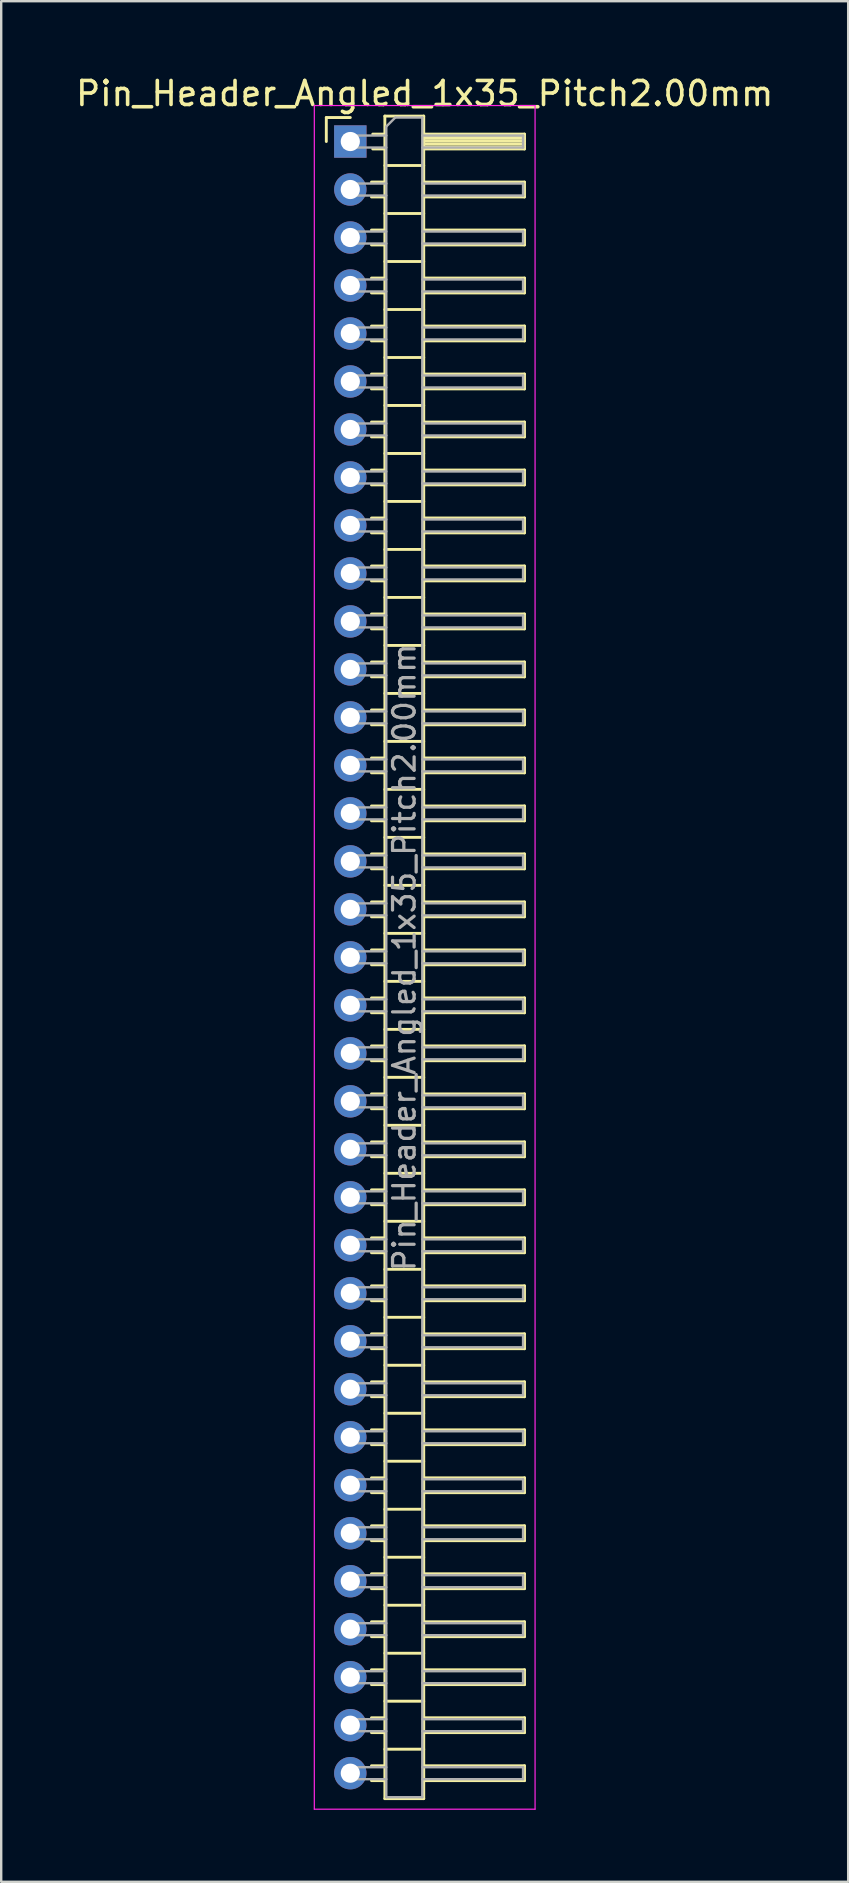
<source format=kicad_pcb>
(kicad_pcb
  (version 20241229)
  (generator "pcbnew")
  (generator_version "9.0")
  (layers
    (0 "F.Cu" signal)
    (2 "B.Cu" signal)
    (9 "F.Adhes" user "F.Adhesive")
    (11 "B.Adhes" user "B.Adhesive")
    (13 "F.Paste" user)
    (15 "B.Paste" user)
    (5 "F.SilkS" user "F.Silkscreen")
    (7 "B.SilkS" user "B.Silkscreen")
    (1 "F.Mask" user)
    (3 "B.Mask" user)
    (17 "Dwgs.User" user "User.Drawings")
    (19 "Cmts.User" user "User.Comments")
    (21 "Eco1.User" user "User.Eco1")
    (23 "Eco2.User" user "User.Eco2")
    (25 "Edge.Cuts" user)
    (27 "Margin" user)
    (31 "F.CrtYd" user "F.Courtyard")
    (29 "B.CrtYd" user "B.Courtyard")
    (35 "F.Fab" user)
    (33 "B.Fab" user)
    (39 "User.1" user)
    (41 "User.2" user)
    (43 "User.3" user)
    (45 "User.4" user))
  (footprint "Pin_Header_Angled_1x35_Pitch2.00mm"
    (layer "F.Cu")
    (at 11.549 2.848)
    (property "Reference" "Pin_Header_Angled_1x35_Pitch2.00mm" (at 3.1 -2 0) (layer "F.SilkS") (effects (font (size 1 1) (thickness 0.15))))
    (attr through_hole)
    (fp_line (start -1 -1) (end 0 -1) (stroke (width 0.12) (type solid)) (layer "F.SilkS"))
    (fp_line (start -1 0) (end -1 -1) (stroke (width 0.12) (type solid)) (layer "F.SilkS"))
    (fp_line (start 0.882 1.69) (end 1.44 1.69) (stroke (width 0.12) (type solid)) (layer "F.SilkS"))
    (fp_line (start 0.882 2.31) (end 1.44 2.31) (stroke (width 0.12) (type solid)) (layer "F.SilkS"))
    (fp_line (start 0.882 3.69) (end 1.44 3.69) (stroke (width 0.12) (type solid)) (layer "F.SilkS"))
    (fp_line (start 0.882 4.31) (end 1.44 4.31) (stroke (width 0.12) (type solid)) (layer "F.SilkS"))
    (fp_line (start 0.882 5.69) (end 1.44 5.69) (stroke (width 0.12) (type solid)) (layer "F.SilkS"))
    (fp_line (start 0.882 6.31) (end 1.44 6.31) (stroke (width 0.12) (type solid)) (layer "F.SilkS"))
    (fp_line (start 0.882 7.69) (end 1.44 7.69) (stroke (width 0.12) (type solid)) (layer "F.SilkS"))
    (fp_line (start 0.882 8.31) (end 1.44 8.31) (stroke (width 0.12) (type solid)) (layer "F.SilkS"))
    (fp_line (start 0.882 9.69) (end 1.44 9.69) (stroke (width 0.12) (type solid)) (layer "F.SilkS"))
    (fp_line (start 0.882 10.31) (end 1.44 10.31) (stroke (width 0.12) (type solid)) (layer "F.SilkS"))
    (fp_line (start 0.882 11.69) (end 1.44 11.69) (stroke (width 0.12) (type solid)) (layer "F.SilkS"))
    (fp_line (start 0.882 12.31) (end 1.44 12.31) (stroke (width 0.12) (type solid)) (layer "F.SilkS"))
    (fp_line (start 0.882 13.69) (end 1.44 13.69) (stroke (width 0.12) (type solid)) (layer "F.SilkS"))
    (fp_line (start 0.882 14.31) (end 1.44 14.31) (stroke (width 0.12) (type solid)) (layer "F.SilkS"))
    (fp_line (start 0.882 15.69) (end 1.44 15.69) (stroke (width 0.12) (type solid)) (layer "F.SilkS"))
    (fp_line (start 0.882 16.31) (end 1.44 16.31) (stroke (width 0.12) (type solid)) (layer "F.SilkS"))
    (fp_line (start 0.882 17.69) (end 1.44 17.69) (stroke (width 0.12) (type solid)) (layer "F.SilkS"))
    (fp_line (start 0.882 18.31) (end 1.44 18.31) (stroke (width 0.12) (type solid)) (layer "F.SilkS"))
    (fp_line (start 0.882 19.69) (end 1.44 19.69) (stroke (width 0.12) (type solid)) (layer "F.SilkS"))
    (fp_line (start 0.882 20.31) (end 1.44 20.31) (stroke (width 0.12) (type solid)) (layer "F.SilkS"))
    (fp_line (start 0.882 21.69) (end 1.44 21.69) (stroke (width 0.12) (type solid)) (layer "F.SilkS"))
    (fp_line (start 0.882 22.31) (end 1.44 22.31) (stroke (width 0.12) (type solid)) (layer "F.SilkS"))
    (fp_line (start 0.882 23.69) (end 1.44 23.69) (stroke (width 0.12) (type solid)) (layer "F.SilkS"))
    (fp_line (start 0.882 24.31) (end 1.44 24.31) (stroke (width 0.12) (type solid)) (layer "F.SilkS"))
    (fp_line (start 0.882 25.69) (end 1.44 25.69) (stroke (width 0.12) (type solid)) (layer "F.SilkS"))
    (fp_line (start 0.882 26.31) (end 1.44 26.31) (stroke (width 0.12) (type solid)) (layer "F.SilkS"))
    (fp_line (start 0.882 27.69) (end 1.44 27.69) (stroke (width 0.12) (type solid)) (layer "F.SilkS"))
    (fp_line (start 0.882 28.31) (end 1.44 28.31) (stroke (width 0.12) (type solid)) (layer "F.SilkS"))
    (fp_line (start 0.882 29.69) (end 1.44 29.69) (stroke (width 0.12) (type solid)) (layer "F.SilkS"))
    (fp_line (start 0.882 30.31) (end 1.44 30.31) (stroke (width 0.12) (type solid)) (layer "F.SilkS"))
    (fp_line (start 0.882 31.69) (end 1.44 31.69) (stroke (width 0.12) (type solid)) (layer "F.SilkS"))
    (fp_line (start 0.882 32.31) (end 1.44 32.31) (stroke (width 0.12) (type solid)) (layer "F.SilkS"))
    (fp_line (start 0.882 33.69) (end 1.44 33.69) (stroke (width 0.12) (type solid)) (layer "F.SilkS"))
    (fp_line (start 0.882 34.31) (end 1.44 34.31) (stroke (width 0.12) (type solid)) (layer "F.SilkS"))
    (fp_line (start 0.882 35.69) (end 1.44 35.69) (stroke (width 0.12) (type solid)) (layer "F.SilkS"))
    (fp_line (start 0.882 36.31) (end 1.44 36.31) (stroke (width 0.12) (type solid)) (layer "F.SilkS"))
    (fp_line (start 0.882 37.69) (end 1.44 37.69) (stroke (width 0.12) (type solid)) (layer "F.SilkS"))
    (fp_line (start 0.882 38.31) (end 1.44 38.31) (stroke (width 0.12) (type solid)) (layer "F.SilkS"))
    (fp_line (start 0.882 39.69) (end 1.44 39.69) (stroke (width 0.12) (type solid)) (layer "F.SilkS"))
    (fp_line (start 0.882 40.31) (end 1.44 40.31) (stroke (width 0.12) (type solid)) (layer "F.SilkS"))
    (fp_line (start 0.882 41.69) (end 1.44 41.69) (stroke (width 0.12) (type solid)) (layer "F.SilkS"))
    (fp_line (start 0.882 42.31) (end 1.44 42.31) (stroke (width 0.12) (type solid)) (layer "F.SilkS"))
    (fp_line (start 0.882 43.69) (end 1.44 43.69) (stroke (width 0.12) (type solid)) (layer "F.SilkS"))
    (fp_line (start 0.882 44.31) (end 1.44 44.31) (stroke (width 0.12) (type solid)) (layer "F.SilkS"))
    (fp_line (start 0.882 45.69) (end 1.44 45.69) (stroke (width 0.12) (type solid)) (layer "F.SilkS"))
    (fp_line (start 0.882 46.31) (end 1.44 46.31) (stroke (width 0.12) (type solid)) (layer "F.SilkS"))
    (fp_line (start 0.882 47.69) (end 1.44 47.69) (stroke (width 0.12) (type solid)) (layer "F.SilkS"))
    (fp_line (start 0.882 48.31) (end 1.44 48.31) (stroke (width 0.12) (type solid)) (layer "F.SilkS"))
    (fp_line (start 0.882 49.69) (end 1.44 49.69) (stroke (width 0.12) (type solid)) (layer "F.SilkS"))
    (fp_line (start 0.882 50.31) (end 1.44 50.31) (stroke (width 0.12) (type solid)) (layer "F.SilkS"))
    (fp_line (start 0.882 51.69) (end 1.44 51.69) (stroke (width 0.12) (type solid)) (layer "F.SilkS"))
    (fp_line (start 0.882 52.31) (end 1.44 52.31) (stroke (width 0.12) (type solid)) (layer "F.SilkS"))
    (fp_line (start 0.882 53.69) (end 1.44 53.69) (stroke (width 0.12) (type solid)) (layer "F.SilkS"))
    (fp_line (start 0.882 54.31) (end 1.44 54.31) (stroke (width 0.12) (type solid)) (layer "F.SilkS"))
    (fp_line (start 0.882 55.69) (end 1.44 55.69) (stroke (width 0.12) (type solid)) (layer "F.SilkS"))
    (fp_line (start 0.882 56.31) (end 1.44 56.31) (stroke (width 0.12) (type solid)) (layer "F.SilkS"))
    (fp_line (start 0.882 57.69) (end 1.44 57.69) (stroke (width 0.12) (type solid)) (layer "F.SilkS"))
    (fp_line (start 0.882 58.31) (end 1.44 58.31) (stroke (width 0.12) (type solid)) (layer "F.SilkS"))
    (fp_line (start 0.882 59.69) (end 1.44 59.69) (stroke (width 0.12) (type solid)) (layer "F.SilkS"))
    (fp_line (start 0.882 60.31) (end 1.44 60.31) (stroke (width 0.12) (type solid)) (layer "F.SilkS"))
    (fp_line (start 0.882 61.69) (end 1.44 61.69) (stroke (width 0.12) (type solid)) (layer "F.SilkS"))
    (fp_line (start 0.882 62.31) (end 1.44 62.31) (stroke (width 0.12) (type solid)) (layer "F.SilkS"))
    (fp_line (start 0.882 63.69) (end 1.44 63.69) (stroke (width 0.12) (type solid)) (layer "F.SilkS"))
    (fp_line (start 0.882 64.31) (end 1.44 64.31) (stroke (width 0.12) (type solid)) (layer "F.SilkS"))
    (fp_line (start 0.882 65.69) (end 1.44 65.69) (stroke (width 0.12) (type solid)) (layer "F.SilkS"))
    (fp_line (start 0.882 66.31) (end 1.44 66.31) (stroke (width 0.12) (type solid)) (layer "F.SilkS"))
    (fp_line (start 0.882 67.69) (end 1.44 67.69) (stroke (width 0.12) (type solid)) (layer "F.SilkS"))
    (fp_line (start 0.882 68.31) (end 1.44 68.31) (stroke (width 0.12) (type solid)) (layer "F.SilkS"))
    (fp_line (start 0.935 -0.31) (end 1.44 -0.31) (stroke (width 0.12) (type solid)) (layer "F.SilkS"))
    (fp_line (start 0.935 0.31) (end 1.44 0.31) (stroke (width 0.12) (type solid)) (layer "F.SilkS"))
    (fp_line (start 1.44 -1.06) (end 1.44 69.06) (stroke (width 0.12) (type solid)) (layer "F.SilkS"))
    (fp_line (start 1.44 1) (end 3.06 1) (stroke (width 0.12) (type solid)) (layer "F.SilkS"))
    (fp_line (start 1.44 3) (end 3.06 3) (stroke (width 0.12) (type solid)) (layer "F.SilkS"))
    (fp_line (start 1.44 5) (end 3.06 5) (stroke (width 0.12) (type solid)) (layer "F.SilkS"))
    (fp_line (start 1.44 7) (end 3.06 7) (stroke (width 0.12) (type solid)) (layer "F.SilkS"))
    (fp_line (start 1.44 9) (end 3.06 9) (stroke (width 0.12) (type solid)) (layer "F.SilkS"))
    (fp_line (start 1.44 11) (end 3.06 11) (stroke (width 0.12) (type solid)) (layer "F.SilkS"))
    (fp_line (start 1.44 13) (end 3.06 13) (stroke (width 0.12) (type solid)) (layer "F.SilkS"))
    (fp_line (start 1.44 15) (end 3.06 15) (stroke (width 0.12) (type solid)) (layer "F.SilkS"))
    (fp_line (start 1.44 17) (end 3.06 17) (stroke (width 0.12) (type solid)) (layer "F.SilkS"))
    (fp_line (start 1.44 19) (end 3.06 19) (stroke (width 0.12) (type solid)) (layer "F.SilkS"))
    (fp_line (start 1.44 21) (end 3.06 21) (stroke (width 0.12) (type solid)) (layer "F.SilkS"))
    (fp_line (start 1.44 23) (end 3.06 23) (stroke (width 0.12) (type solid)) (layer "F.SilkS"))
    (fp_line (start 1.44 25) (end 3.06 25) (stroke (width 0.12) (type solid)) (layer "F.SilkS"))
    (fp_line (start 1.44 27) (end 3.06 27) (stroke (width 0.12) (type solid)) (layer "F.SilkS"))
    (fp_line (start 1.44 29) (end 3.06 29) (stroke (width 0.12) (type solid)) (layer "F.SilkS"))
    (fp_line (start 1.44 31) (end 3.06 31) (stroke (width 0.12) (type solid)) (layer "F.SilkS"))
    (fp_line (start 1.44 33) (end 3.06 33) (stroke (width 0.12) (type solid)) (layer "F.SilkS"))
    (fp_line (start 1.44 35) (end 3.06 35) (stroke (width 0.12) (type solid)) (layer "F.SilkS"))
    (fp_line (start 1.44 37) (end 3.06 37) (stroke (width 0.12) (type solid)) (layer "F.SilkS"))
    (fp_line (start 1.44 39) (end 3.06 39) (stroke (width 0.12) (type solid)) (layer "F.SilkS"))
    (fp_line (start 1.44 41) (end 3.06 41) (stroke (width 0.12) (type solid)) (layer "F.SilkS"))
    (fp_line (start 1.44 43) (end 3.06 43) (stroke (width 0.12) (type solid)) (layer "F.SilkS"))
    (fp_line (start 1.44 45) (end 3.06 45) (stroke (width 0.12) (type solid)) (layer "F.SilkS"))
    (fp_line (start 1.44 47) (end 3.06 47) (stroke (width 0.12) (type solid)) (layer "F.SilkS"))
    (fp_line (start 1.44 49) (end 3.06 49) (stroke (width 0.12) (type solid)) (layer "F.SilkS"))
    (fp_line (start 1.44 51) (end 3.06 51) (stroke (width 0.12) (type solid)) (layer "F.SilkS"))
    (fp_line (start 1.44 53) (end 3.06 53) (stroke (width 0.12) (type solid)) (layer "F.SilkS"))
    (fp_line (start 1.44 55) (end 3.06 55) (stroke (width 0.12) (type solid)) (layer "F.SilkS"))
    (fp_line (start 1.44 57) (end 3.06 57) (stroke (width 0.12) (type solid)) (layer "F.SilkS"))
    (fp_line (start 1.44 59) (end 3.06 59) (stroke (width 0.12) (type solid)) (layer "F.SilkS"))
    (fp_line (start 1.44 61) (end 3.06 61) (stroke (width 0.12) (type solid)) (layer "F.SilkS"))
    (fp_line (start 1.44 63) (end 3.06 63) (stroke (width 0.12) (type solid)) (layer "F.SilkS"))
    (fp_line (start 1.44 65) (end 3.06 65) (stroke (width 0.12) (type solid)) (layer "F.SilkS"))
    (fp_line (start 1.44 67) (end 3.06 67) (stroke (width 0.12) (type solid)) (layer "F.SilkS"))
    (fp_line (start 1.44 69.06) (end 3.06 69.06) (stroke (width 0.12) (type solid)) (layer "F.SilkS"))
    (fp_line (start 3.06 -1.06) (end 1.44 -1.06) (stroke (width 0.12) (type solid)) (layer "F.SilkS"))
    (fp_line (start 3.06 -0.31) (end 7.26 -0.31) (stroke (width 0.12) (type solid)) (layer "F.SilkS"))
    (fp_line (start 3.06 -0.25) (end 7.26 -0.25) (stroke (width 0.12) (type solid)) (layer "F.SilkS"))
    (fp_line (start 3.06 -0.13) (end 7.26 -0.13) (stroke (width 0.12) (type solid)) (layer "F.SilkS"))
    (fp_line (start 3.06 -0.01) (end 7.26 -0.01) (stroke (width 0.12) (type solid)) (layer "F.SilkS"))
    (fp_line (start 3.06 0.11) (end 7.26 0.11) (stroke (width 0.12) (type solid)) (layer "F.SilkS"))
    (fp_line (start 3.06 0.23) (end 7.26 0.23) (stroke (width 0.12) (type solid)) (layer "F.SilkS"))
    (fp_line (start 3.06 1.69) (end 7.26 1.69) (stroke (width 0.12) (type solid)) (layer "F.SilkS"))
    (fp_line (start 3.06 3.69) (end 7.26 3.69) (stroke (width 0.12) (type solid)) (layer "F.SilkS"))
    (fp_line (start 3.06 5.69) (end 7.26 5.69) (stroke (width 0.12) (type solid)) (layer "F.SilkS"))
    (fp_line (start 3.06 7.69) (end 7.26 7.69) (stroke (width 0.12) (type solid)) (layer "F.SilkS"))
    (fp_line (start 3.06 9.69) (end 7.26 9.69) (stroke (width 0.12) (type solid)) (layer "F.SilkS"))
    (fp_line (start 3.06 11.69) (end 7.26 11.69) (stroke (width 0.12) (type solid)) (layer "F.SilkS"))
    (fp_line (start 3.06 13.69) (end 7.26 13.69) (stroke (width 0.12) (type solid)) (layer "F.SilkS"))
    (fp_line (start 3.06 15.69) (end 7.26 15.69) (stroke (width 0.12) (type solid)) (layer "F.SilkS"))
    (fp_line (start 3.06 17.69) (end 7.26 17.69) (stroke (width 0.12) (type solid)) (layer "F.SilkS"))
    (fp_line (start 3.06 19.69) (end 7.26 19.69) (stroke (width 0.12) (type solid)) (layer "F.SilkS"))
    (fp_line (start 3.06 21.69) (end 7.26 21.69) (stroke (width 0.12) (type solid)) (layer "F.SilkS"))
    (fp_line (start 3.06 23.69) (end 7.26 23.69) (stroke (width 0.12) (type solid)) (layer "F.SilkS"))
    (fp_line (start 3.06 25.69) (end 7.26 25.69) (stroke (width 0.12) (type solid)) (layer "F.SilkS"))
    (fp_line (start 3.06 27.69) (end 7.26 27.69) (stroke (width 0.12) (type solid)) (layer "F.SilkS"))
    (fp_line (start 3.06 29.69) (end 7.26 29.69) (stroke (width 0.12) (type solid)) (layer "F.SilkS"))
    (fp_line (start 3.06 31.69) (end 7.26 31.69) (stroke (width 0.12) (type solid)) (layer "F.SilkS"))
    (fp_line (start 3.06 33.69) (end 7.26 33.69) (stroke (width 0.12) (type solid)) (layer "F.SilkS"))
    (fp_line (start 3.06 35.69) (end 7.26 35.69) (stroke (width 0.12) (type solid)) (layer "F.SilkS"))
    (fp_line (start 3.06 37.69) (end 7.26 37.69) (stroke (width 0.12) (type solid)) (layer "F.SilkS"))
    (fp_line (start 3.06 39.69) (end 7.26 39.69) (stroke (width 0.12) (type solid)) (layer "F.SilkS"))
    (fp_line (start 3.06 41.69) (end 7.26 41.69) (stroke (width 0.12) (type solid)) (layer "F.SilkS"))
    (fp_line (start 3.06 43.69) (end 7.26 43.69) (stroke (width 0.12) (type solid)) (layer "F.SilkS"))
    (fp_line (start 3.06 45.69) (end 7.26 45.69) (stroke (width 0.12) (type solid)) (layer "F.SilkS"))
    (fp_line (start 3.06 47.69) (end 7.26 47.69) (stroke (width 0.12) (type solid)) (layer "F.SilkS"))
    (fp_line (start 3.06 49.69) (end 7.26 49.69) (stroke (width 0.12) (type solid)) (layer "F.SilkS"))
    (fp_line (start 3.06 51.69) (end 7.26 51.69) (stroke (width 0.12) (type solid)) (layer "F.SilkS"))
    (fp_line (start 3.06 53.69) (end 7.26 53.69) (stroke (width 0.12) (type solid)) (layer "F.SilkS"))
    (fp_line (start 3.06 55.69) (end 7.26 55.69) (stroke (width 0.12) (type solid)) (layer "F.SilkS"))
    (fp_line (start 3.06 57.69) (end 7.26 57.69) (stroke (width 0.12) (type solid)) (layer "F.SilkS"))
    (fp_line (start 3.06 59.69) (end 7.26 59.69) (stroke (width 0.12) (type solid)) (layer "F.SilkS"))
    (fp_line (start 3.06 61.69) (end 7.26 61.69) (stroke (width 0.12) (type solid)) (layer "F.SilkS"))
    (fp_line (start 3.06 63.69) (end 7.26 63.69) (stroke (width 0.12) (type solid)) (layer "F.SilkS"))
    (fp_line (start 3.06 65.69) (end 7.26 65.69) (stroke (width 0.12) (type solid)) (layer "F.SilkS"))
    (fp_line (start 3.06 67.69) (end 7.26 67.69) (stroke (width 0.12) (type solid)) (layer "F.SilkS"))
    (fp_line (start 3.06 69.06) (end 3.06 -1.06) (stroke (width 0.12) (type solid)) (layer "F.SilkS"))
    (fp_line (start 7.26 -0.31) (end 7.26 0.31) (stroke (width 0.12) (type solid)) (layer "F.SilkS"))
    (fp_line (start 7.26 0.31) (end 3.06 0.31) (stroke (width 0.12) (type solid)) (layer "F.SilkS"))
    (fp_line (start 7.26 1.69) (end 7.26 2.31) (stroke (width 0.12) (type solid)) (layer "F.SilkS"))
    (fp_line (start 7.26 2.31) (end 3.06 2.31) (stroke (width 0.12) (type solid)) (layer "F.SilkS"))
    (fp_line (start 7.26 3.69) (end 7.26 4.31) (stroke (width 0.12) (type solid)) (layer "F.SilkS"))
    (fp_line (start 7.26 4.31) (end 3.06 4.31) (stroke (width 0.12) (type solid)) (layer "F.SilkS"))
    (fp_line (start 7.26 5.69) (end 7.26 6.31) (stroke (width 0.12) (type solid)) (layer "F.SilkS"))
    (fp_line (start 7.26 6.31) (end 3.06 6.31) (stroke (width 0.12) (type solid)) (layer "F.SilkS"))
    (fp_line (start 7.26 7.69) (end 7.26 8.31) (stroke (width 0.12) (type solid)) (layer "F.SilkS"))
    (fp_line (start 7.26 8.31) (end 3.06 8.31) (stroke (width 0.12) (type solid)) (layer "F.SilkS"))
    (fp_line (start 7.26 9.69) (end 7.26 10.31) (stroke (width 0.12) (type solid)) (layer "F.SilkS"))
    (fp_line (start 7.26 10.31) (end 3.06 10.31) (stroke (width 0.12) (type solid)) (layer "F.SilkS"))
    (fp_line (start 7.26 11.69) (end 7.26 12.31) (stroke (width 0.12) (type solid)) (layer "F.SilkS"))
    (fp_line (start 7.26 12.31) (end 3.06 12.31) (stroke (width 0.12) (type solid)) (layer "F.SilkS"))
    (fp_line (start 7.26 13.69) (end 7.26 14.31) (stroke (width 0.12) (type solid)) (layer "F.SilkS"))
    (fp_line (start 7.26 14.31) (end 3.06 14.31) (stroke (width 0.12) (type solid)) (layer "F.SilkS"))
    (fp_line (start 7.26 15.69) (end 7.26 16.31) (stroke (width 0.12) (type solid)) (layer "F.SilkS"))
    (fp_line (start 7.26 16.31) (end 3.06 16.31) (stroke (width 0.12) (type solid)) (layer "F.SilkS"))
    (fp_line (start 7.26 17.69) (end 7.26 18.31) (stroke (width 0.12) (type solid)) (layer "F.SilkS"))
    (fp_line (start 7.26 18.31) (end 3.06 18.31) (stroke (width 0.12) (type solid)) (layer "F.SilkS"))
    (fp_line (start 7.26 19.69) (end 7.26 20.31) (stroke (width 0.12) (type solid)) (layer "F.SilkS"))
    (fp_line (start 7.26 20.31) (end 3.06 20.31) (stroke (width 0.12) (type solid)) (layer "F.SilkS"))
    (fp_line (start 7.26 21.69) (end 7.26 22.31) (stroke (width 0.12) (type solid)) (layer "F.SilkS"))
    (fp_line (start 7.26 22.31) (end 3.06 22.31) (stroke (width 0.12) (type solid)) (layer "F.SilkS"))
    (fp_line (start 7.26 23.69) (end 7.26 24.31) (stroke (width 0.12) (type solid)) (layer "F.SilkS"))
    (fp_line (start 7.26 24.31) (end 3.06 24.31) (stroke (width 0.12) (type solid)) (layer "F.SilkS"))
    (fp_line (start 7.26 25.69) (end 7.26 26.31) (stroke (width 0.12) (type solid)) (layer "F.SilkS"))
    (fp_line (start 7.26 26.31) (end 3.06 26.31) (stroke (width 0.12) (type solid)) (layer "F.SilkS"))
    (fp_line (start 7.26 27.69) (end 7.26 28.31) (stroke (width 0.12) (type solid)) (layer "F.SilkS"))
    (fp_line (start 7.26 28.31) (end 3.06 28.31) (stroke (width 0.12) (type solid)) (layer "F.SilkS"))
    (fp_line (start 7.26 29.69) (end 7.26 30.31) (stroke (width 0.12) (type solid)) (layer "F.SilkS"))
    (fp_line (start 7.26 30.31) (end 3.06 30.31) (stroke (width 0.12) (type solid)) (layer "F.SilkS"))
    (fp_line (start 7.26 31.69) (end 7.26 32.31) (stroke (width 0.12) (type solid)) (layer "F.SilkS"))
    (fp_line (start 7.26 32.31) (end 3.06 32.31) (stroke (width 0.12) (type solid)) (layer "F.SilkS"))
    (fp_line (start 7.26 33.69) (end 7.26 34.31) (stroke (width 0.12) (type solid)) (layer "F.SilkS"))
    (fp_line (start 7.26 34.31) (end 3.06 34.31) (stroke (width 0.12) (type solid)) (layer "F.SilkS"))
    (fp_line (start 7.26 35.69) (end 7.26 36.31) (stroke (width 0.12) (type solid)) (layer "F.SilkS"))
    (fp_line (start 7.26 36.31) (end 3.06 36.31) (stroke (width 0.12) (type solid)) (layer "F.SilkS"))
    (fp_line (start 7.26 37.69) (end 7.26 38.31) (stroke (width 0.12) (type solid)) (layer "F.SilkS"))
    (fp_line (start 7.26 38.31) (end 3.06 38.31) (stroke (width 0.12) (type solid)) (layer "F.SilkS"))
    (fp_line (start 7.26 39.69) (end 7.26 40.31) (stroke (width 0.12) (type solid)) (layer "F.SilkS"))
    (fp_line (start 7.26 40.31) (end 3.06 40.31) (stroke (width 0.12) (type solid)) (layer "F.SilkS"))
    (fp_line (start 7.26 41.69) (end 7.26 42.31) (stroke (width 0.12) (type solid)) (layer "F.SilkS"))
    (fp_line (start 7.26 42.31) (end 3.06 42.31) (stroke (width 0.12) (type solid)) (layer "F.SilkS"))
    (fp_line (start 7.26 43.69) (end 7.26 44.31) (stroke (width 0.12) (type solid)) (layer "F.SilkS"))
    (fp_line (start 7.26 44.31) (end 3.06 44.31) (stroke (width 0.12) (type solid)) (layer "F.SilkS"))
    (fp_line (start 7.26 45.69) (end 7.26 46.31) (stroke (width 0.12) (type solid)) (layer "F.SilkS"))
    (fp_line (start 7.26 46.31) (end 3.06 46.31) (stroke (width 0.12) (type solid)) (layer "F.SilkS"))
    (fp_line (start 7.26 47.69) (end 7.26 48.31) (stroke (width 0.12) (type solid)) (layer "F.SilkS"))
    (fp_line (start 7.26 48.31) (end 3.06 48.31) (stroke (width 0.12) (type solid)) (layer "F.SilkS"))
    (fp_line (start 7.26 49.69) (end 7.26 50.31) (stroke (width 0.12) (type solid)) (layer "F.SilkS"))
    (fp_line (start 7.26 50.31) (end 3.06 50.31) (stroke (width 0.12) (type solid)) (layer "F.SilkS"))
    (fp_line (start 7.26 51.69) (end 7.26 52.31) (stroke (width 0.12) (type solid)) (layer "F.SilkS"))
    (fp_line (start 7.26 52.31) (end 3.06 52.31) (stroke (width 0.12) (type solid)) (layer "F.SilkS"))
    (fp_line (start 7.26 53.69) (end 7.26 54.31) (stroke (width 0.12) (type solid)) (layer "F.SilkS"))
    (fp_line (start 7.26 54.31) (end 3.06 54.31) (stroke (width 0.12) (type solid)) (layer "F.SilkS"))
    (fp_line (start 7.26 55.69) (end 7.26 56.31) (stroke (width 0.12) (type solid)) (layer "F.SilkS"))
    (fp_line (start 7.26 56.31) (end 3.06 56.31) (stroke (width 0.12) (type solid)) (layer "F.SilkS"))
    (fp_line (start 7.26 57.69) (end 7.26 58.31) (stroke (width 0.12) (type solid)) (layer "F.SilkS"))
    (fp_line (start 7.26 58.31) (end 3.06 58.31) (stroke (width 0.12) (type solid)) (layer "F.SilkS"))
    (fp_line (start 7.26 59.69) (end 7.26 60.31) (stroke (width 0.12) (type solid)) (layer "F.SilkS"))
    (fp_line (start 7.26 60.31) (end 3.06 60.31) (stroke (width 0.12) (type solid)) (layer "F.SilkS"))
    (fp_line (start 7.26 61.69) (end 7.26 62.31) (stroke (width 0.12) (type solid)) (layer "F.SilkS"))
    (fp_line (start 7.26 62.31) (end 3.06 62.31) (stroke (width 0.12) (type solid)) (layer "F.SilkS"))
    (fp_line (start 7.26 63.69) (end 7.26 64.31) (stroke (width 0.12) (type solid)) (layer "F.SilkS"))
    (fp_line (start 7.26 64.31) (end 3.06 64.31) (stroke (width 0.12) (type solid)) (layer "F.SilkS"))
    (fp_line (start 7.26 65.69) (end 7.26 66.31) (stroke (width 0.12) (type solid)) (layer "F.SilkS"))
    (fp_line (start 7.26 66.31) (end 3.06 66.31) (stroke (width 0.12) (type solid)) (layer "F.SilkS"))
    (fp_line (start 7.26 67.69) (end 7.26 68.31) (stroke (width 0.12) (type solid)) (layer "F.SilkS"))
    (fp_line (start 7.26 68.31) (end 3.06 68.31) (stroke (width 0.12) (type solid)) (layer "F.SilkS"))
    (fp_line (start -1.5 -1.5) (end -1.5 69.5) (stroke (width 0.05) (type solid)) (layer "F.CrtYd"))
    (fp_line (start -1.5 69.5) (end 7.7 69.5) (stroke (width 0.05) (type solid)) (layer "F.CrtYd"))
    (fp_line (start 7.7 -1.5) (end -1.5 -1.5) (stroke (width 0.05) (type solid)) (layer "F.CrtYd"))
    (fp_line (start 7.7 69.5) (end 7.7 -1.5) (stroke (width 0.05) (type solid)) (layer "F.CrtYd"))
    (fp_line (start -0.25 -0.25) (end -0.25 0.25) (stroke (width 0.1) (type solid)) (layer "F.Fab"))
    (fp_line (start -0.25 -0.25) (end 1.5 -0.25) (stroke (width 0.1) (type solid)) (layer "F.Fab"))
    (fp_line (start -0.25 0.25) (end 1.5 0.25) (stroke (width 0.1) (type solid)) (layer "F.Fab"))
    (fp_line (start -0.25 1.75) (end -0.25 2.25) (stroke (width 0.1) (type solid)) (layer "F.Fab"))
    (fp_line (start -0.25 1.75) (end 1.5 1.75) (stroke (width 0.1) (type solid)) (layer "F.Fab"))
    (fp_line (start -0.25 2.25) (end 1.5 2.25) (stroke (width 0.1) (type solid)) (layer "F.Fab"))
    (fp_line (start -0.25 3.75) (end -0.25 4.25) (stroke (width 0.1) (type solid)) (layer "F.Fab"))
    (fp_line (start -0.25 3.75) (end 1.5 3.75) (stroke (width 0.1) (type solid)) (layer "F.Fab"))
    (fp_line (start -0.25 4.25) (end 1.5 4.25) (stroke (width 0.1) (type solid)) (layer "F.Fab"))
    (fp_line (start -0.25 5.75) (end -0.25 6.25) (stroke (width 0.1) (type solid)) (layer "F.Fab"))
    (fp_line (start -0.25 5.75) (end 1.5 5.75) (stroke (width 0.1) (type solid)) (layer "F.Fab"))
    (fp_line (start -0.25 6.25) (end 1.5 6.25) (stroke (width 0.1) (type solid)) (layer "F.Fab"))
    (fp_line (start -0.25 7.75) (end -0.25 8.25) (stroke (width 0.1) (type solid)) (layer "F.Fab"))
    (fp_line (start -0.25 7.75) (end 1.5 7.75) (stroke (width 0.1) (type solid)) (layer "F.Fab"))
    (fp_line (start -0.25 8.25) (end 1.5 8.25) (stroke (width 0.1) (type solid)) (layer "F.Fab"))
    (fp_line (start -0.25 9.75) (end -0.25 10.25) (stroke (width 0.1) (type solid)) (layer "F.Fab"))
    (fp_line (start -0.25 9.75) (end 1.5 9.75) (stroke (width 0.1) (type solid)) (layer "F.Fab"))
    (fp_line (start -0.25 10.25) (end 1.5 10.25) (stroke (width 0.1) (type solid)) (layer "F.Fab"))
    (fp_line (start -0.25 11.75) (end -0.25 12.25) (stroke (width 0.1) (type solid)) (layer "F.Fab"))
    (fp_line (start -0.25 11.75) (end 1.5 11.75) (stroke (width 0.1) (type solid)) (layer "F.Fab"))
    (fp_line (start -0.25 12.25) (end 1.5 12.25) (stroke (width 0.1) (type solid)) (layer "F.Fab"))
    (fp_line (start -0.25 13.75) (end -0.25 14.25) (stroke (width 0.1) (type solid)) (layer "F.Fab"))
    (fp_line (start -0.25 13.75) (end 1.5 13.75) (stroke (width 0.1) (type solid)) (layer "F.Fab"))
    (fp_line (start -0.25 14.25) (end 1.5 14.25) (stroke (width 0.1) (type solid)) (layer "F.Fab"))
    (fp_line (start -0.25 15.75) (end -0.25 16.25) (stroke (width 0.1) (type solid)) (layer "F.Fab"))
    (fp_line (start -0.25 15.75) (end 1.5 15.75) (stroke (width 0.1) (type solid)) (layer "F.Fab"))
    (fp_line (start -0.25 16.25) (end 1.5 16.25) (stroke (width 0.1) (type solid)) (layer "F.Fab"))
    (fp_line (start -0.25 17.75) (end -0.25 18.25) (stroke (width 0.1) (type solid)) (layer "F.Fab"))
    (fp_line (start -0.25 17.75) (end 1.5 17.75) (stroke (width 0.1) (type solid)) (layer "F.Fab"))
    (fp_line (start -0.25 18.25) (end 1.5 18.25) (stroke (width 0.1) (type solid)) (layer "F.Fab"))
    (fp_line (start -0.25 19.75) (end -0.25 20.25) (stroke (width 0.1) (type solid)) (layer "F.Fab"))
    (fp_line (start -0.25 19.75) (end 1.5 19.75) (stroke (width 0.1) (type solid)) (layer "F.Fab"))
    (fp_line (start -0.25 20.25) (end 1.5 20.25) (stroke (width 0.1) (type solid)) (layer "F.Fab"))
    (fp_line (start -0.25 21.75) (end -0.25 22.25) (stroke (width 0.1) (type solid)) (layer "F.Fab"))
    (fp_line (start -0.25 21.75) (end 1.5 21.75) (stroke (width 0.1) (type solid)) (layer "F.Fab"))
    (fp_line (start -0.25 22.25) (end 1.5 22.25) (stroke (width 0.1) (type solid)) (layer "F.Fab"))
    (fp_line (start -0.25 23.75) (end -0.25 24.25) (stroke (width 0.1) (type solid)) (layer "F.Fab"))
    (fp_line (start -0.25 23.75) (end 1.5 23.75) (stroke (width 0.1) (type solid)) (layer "F.Fab"))
    (fp_line (start -0.25 24.25) (end 1.5 24.25) (stroke (width 0.1) (type solid)) (layer "F.Fab"))
    (fp_line (start -0.25 25.75) (end -0.25 26.25) (stroke (width 0.1) (type solid)) (layer "F.Fab"))
    (fp_line (start -0.25 25.75) (end 1.5 25.75) (stroke (width 0.1) (type solid)) (layer "F.Fab"))
    (fp_line (start -0.25 26.25) (end 1.5 26.25) (stroke (width 0.1) (type solid)) (layer "F.Fab"))
    (fp_line (start -0.25 27.75) (end -0.25 28.25) (stroke (width 0.1) (type solid)) (layer "F.Fab"))
    (fp_line (start -0.25 27.75) (end 1.5 27.75) (stroke (width 0.1) (type solid)) (layer "F.Fab"))
    (fp_line (start -0.25 28.25) (end 1.5 28.25) (stroke (width 0.1) (type solid)) (layer "F.Fab"))
    (fp_line (start -0.25 29.75) (end -0.25 30.25) (stroke (width 0.1) (type solid)) (layer "F.Fab"))
    (fp_line (start -0.25 29.75) (end 1.5 29.75) (stroke (width 0.1) (type solid)) (layer "F.Fab"))
    (fp_line (start -0.25 30.25) (end 1.5 30.25) (stroke (width 0.1) (type solid)) (layer "F.Fab"))
    (fp_line (start -0.25 31.75) (end -0.25 32.25) (stroke (width 0.1) (type solid)) (layer "F.Fab"))
    (fp_line (start -0.25 31.75) (end 1.5 31.75) (stroke (width 0.1) (type solid)) (layer "F.Fab"))
    (fp_line (start -0.25 32.25) (end 1.5 32.25) (stroke (width 0.1) (type solid)) (layer "F.Fab"))
    (fp_line (start -0.25 33.75) (end -0.25 34.25) (stroke (width 0.1) (type solid)) (layer "F.Fab"))
    (fp_line (start -0.25 33.75) (end 1.5 33.75) (stroke (width 0.1) (type solid)) (layer "F.Fab"))
    (fp_line (start -0.25 34.25) (end 1.5 34.25) (stroke (width 0.1) (type solid)) (layer "F.Fab"))
    (fp_line (start -0.25 35.75) (end -0.25 36.25) (stroke (width 0.1) (type solid)) (layer "F.Fab"))
    (fp_line (start -0.25 35.75) (end 1.5 35.75) (stroke (width 0.1) (type solid)) (layer "F.Fab"))
    (fp_line (start -0.25 36.25) (end 1.5 36.25) (stroke (width 0.1) (type solid)) (layer "F.Fab"))
    (fp_line (start -0.25 37.75) (end -0.25 38.25) (stroke (width 0.1) (type solid)) (layer "F.Fab"))
    (fp_line (start -0.25 37.75) (end 1.5 37.75) (stroke (width 0.1) (type solid)) (layer "F.Fab"))
    (fp_line (start -0.25 38.25) (end 1.5 38.25) (stroke (width 0.1) (type solid)) (layer "F.Fab"))
    (fp_line (start -0.25 39.75) (end -0.25 40.25) (stroke (width 0.1) (type solid)) (layer "F.Fab"))
    (fp_line (start -0.25 39.75) (end 1.5 39.75) (stroke (width 0.1) (type solid)) (layer "F.Fab"))
    (fp_line (start -0.25 40.25) (end 1.5 40.25) (stroke (width 0.1) (type solid)) (layer "F.Fab"))
    (fp_line (start -0.25 41.75) (end -0.25 42.25) (stroke (width 0.1) (type solid)) (layer "F.Fab"))
    (fp_line (start -0.25 41.75) (end 1.5 41.75) (stroke (width 0.1) (type solid)) (layer "F.Fab"))
    (fp_line (start -0.25 42.25) (end 1.5 42.25) (stroke (width 0.1) (type solid)) (layer "F.Fab"))
    (fp_line (start -0.25 43.75) (end -0.25 44.25) (stroke (width 0.1) (type solid)) (layer "F.Fab"))
    (fp_line (start -0.25 43.75) (end 1.5 43.75) (stroke (width 0.1) (type solid)) (layer "F.Fab"))
    (fp_line (start -0.25 44.25) (end 1.5 44.25) (stroke (width 0.1) (type solid)) (layer "F.Fab"))
    (fp_line (start -0.25 45.75) (end -0.25 46.25) (stroke (width 0.1) (type solid)) (layer "F.Fab"))
    (fp_line (start -0.25 45.75) (end 1.5 45.75) (stroke (width 0.1) (type solid)) (layer "F.Fab"))
    (fp_line (start -0.25 46.25) (end 1.5 46.25) (stroke (width 0.1) (type solid)) (layer "F.Fab"))
    (fp_line (start -0.25 47.75) (end -0.25 48.25) (stroke (width 0.1) (type solid)) (layer "F.Fab"))
    (fp_line (start -0.25 47.75) (end 1.5 47.75) (stroke (width 0.1) (type solid)) (layer "F.Fab"))
    (fp_line (start -0.25 48.25) (end 1.5 48.25) (stroke (width 0.1) (type solid)) (layer "F.Fab"))
    (fp_line (start -0.25 49.75) (end -0.25 50.25) (stroke (width 0.1) (type solid)) (layer "F.Fab"))
    (fp_line (start -0.25 49.75) (end 1.5 49.75) (stroke (width 0.1) (type solid)) (layer "F.Fab"))
    (fp_line (start -0.25 50.25) (end 1.5 50.25) (stroke (width 0.1) (type solid)) (layer "F.Fab"))
    (fp_line (start -0.25 51.75) (end -0.25 52.25) (stroke (width 0.1) (type solid)) (layer "F.Fab"))
    (fp_line (start -0.25 51.75) (end 1.5 51.75) (stroke (width 0.1) (type solid)) (layer "F.Fab"))
    (fp_line (start -0.25 52.25) (end 1.5 52.25) (stroke (width 0.1) (type solid)) (layer "F.Fab"))
    (fp_line (start -0.25 53.75) (end -0.25 54.25) (stroke (width 0.1) (type solid)) (layer "F.Fab"))
    (fp_line (start -0.25 53.75) (end 1.5 53.75) (stroke (width 0.1) (type solid)) (layer "F.Fab"))
    (fp_line (start -0.25 54.25) (end 1.5 54.25) (stroke (width 0.1) (type solid)) (layer "F.Fab"))
    (fp_line (start -0.25 55.75) (end -0.25 56.25) (stroke (width 0.1) (type solid)) (layer "F.Fab"))
    (fp_line (start -0.25 55.75) (end 1.5 55.75) (stroke (width 0.1) (type solid)) (layer "F.Fab"))
    (fp_line (start -0.25 56.25) (end 1.5 56.25) (stroke (width 0.1) (type solid)) (layer "F.Fab"))
    (fp_line (start -0.25 57.75) (end -0.25 58.25) (stroke (width 0.1) (type solid)) (layer "F.Fab"))
    (fp_line (start -0.25 57.75) (end 1.5 57.75) (stroke (width 0.1) (type solid)) (layer "F.Fab"))
    (fp_line (start -0.25 58.25) (end 1.5 58.25) (stroke (width 0.1) (type solid)) (layer "F.Fab"))
    (fp_line (start -0.25 59.75) (end -0.25 60.25) (stroke (width 0.1) (type solid)) (layer "F.Fab"))
    (fp_line (start -0.25 59.75) (end 1.5 59.75) (stroke (width 0.1) (type solid)) (layer "F.Fab"))
    (fp_line (start -0.25 60.25) (end 1.5 60.25) (stroke (width 0.1) (type solid)) (layer "F.Fab"))
    (fp_line (start -0.25 61.75) (end -0.25 62.25) (stroke (width 0.1) (type solid)) (layer "F.Fab"))
    (fp_line (start -0.25 61.75) (end 1.5 61.75) (stroke (width 0.1) (type solid)) (layer "F.Fab"))
    (fp_line (start -0.25 62.25) (end 1.5 62.25) (stroke (width 0.1) (type solid)) (layer "F.Fab"))
    (fp_line (start -0.25 63.75) (end -0.25 64.25) (stroke (width 0.1) (type solid)) (layer "F.Fab"))
    (fp_line (start -0.25 63.75) (end 1.5 63.75) (stroke (width 0.1) (type solid)) (layer "F.Fab"))
    (fp_line (start -0.25 64.25) (end 1.5 64.25) (stroke (width 0.1) (type solid)) (layer "F.Fab"))
    (fp_line (start -0.25 65.75) (end -0.25 66.25) (stroke (width 0.1) (type solid)) (layer "F.Fab"))
    (fp_line (start -0.25 65.75) (end 1.5 65.75) (stroke (width 0.1) (type solid)) (layer "F.Fab"))
    (fp_line (start -0.25 66.25) (end 1.5 66.25) (stroke (width 0.1) (type solid)) (layer "F.Fab"))
    (fp_line (start -0.25 67.75) (end -0.25 68.25) (stroke (width 0.1) (type solid)) (layer "F.Fab"))
    (fp_line (start -0.25 67.75) (end 1.5 67.75) (stroke (width 0.1) (type solid)) (layer "F.Fab"))
    (fp_line (start -0.25 68.25) (end 1.5 68.25) (stroke (width 0.1) (type solid)) (layer "F.Fab"))
    (fp_line (start 1.5 -0.625) (end 1.875 -1) (stroke (width 0.1) (type solid)) (layer "F.Fab"))
    (fp_line (start 1.5 69) (end 1.5 -0.625) (stroke (width 0.1) (type solid)) (layer "F.Fab"))
    (fp_line (start 1.875 -1) (end 3 -1) (stroke (width 0.1) (type solid)) (layer "F.Fab"))
    (fp_line (start 3 -1) (end 3 69) (stroke (width 0.1) (type solid)) (layer "F.Fab"))
    (fp_line (start 3 -0.25) (end 7.2 -0.25) (stroke (width 0.1) (type solid)) (layer "F.Fab"))
    (fp_line (start 3 0.25) (end 7.2 0.25) (stroke (width 0.1) (type solid)) (layer "F.Fab"))
    (fp_line (start 3 1.75) (end 7.2 1.75) (stroke (width 0.1) (type solid)) (layer "F.Fab"))
    (fp_line (start 3 2.25) (end 7.2 2.25) (stroke (width 0.1) (type solid)) (layer "F.Fab"))
    (fp_line (start 3 3.75) (end 7.2 3.75) (stroke (width 0.1) (type solid)) (layer "F.Fab"))
    (fp_line (start 3 4.25) (end 7.2 4.25) (stroke (width 0.1) (type solid)) (layer "F.Fab"))
    (fp_line (start 3 5.75) (end 7.2 5.75) (stroke (width 0.1) (type solid)) (layer "F.Fab"))
    (fp_line (start 3 6.25) (end 7.2 6.25) (stroke (width 0.1) (type solid)) (layer "F.Fab"))
    (fp_line (start 3 7.75) (end 7.2 7.75) (stroke (width 0.1) (type solid)) (layer "F.Fab"))
    (fp_line (start 3 8.25) (end 7.2 8.25) (stroke (width 0.1) (type solid)) (layer "F.Fab"))
    (fp_line (start 3 9.75) (end 7.2 9.75) (stroke (width 0.1) (type solid)) (layer "F.Fab"))
    (fp_line (start 3 10.25) (end 7.2 10.25) (stroke (width 0.1) (type solid)) (layer "F.Fab"))
    (fp_line (start 3 11.75) (end 7.2 11.75) (stroke (width 0.1) (type solid)) (layer "F.Fab"))
    (fp_line (start 3 12.25) (end 7.2 12.25) (stroke (width 0.1) (type solid)) (layer "F.Fab"))
    (fp_line (start 3 13.75) (end 7.2 13.75) (stroke (width 0.1) (type solid)) (layer "F.Fab"))
    (fp_line (start 3 14.25) (end 7.2 14.25) (stroke (width 0.1) (type solid)) (layer "F.Fab"))
    (fp_line (start 3 15.75) (end 7.2 15.75) (stroke (width 0.1) (type solid)) (layer "F.Fab"))
    (fp_line (start 3 16.25) (end 7.2 16.25) (stroke (width 0.1) (type solid)) (layer "F.Fab"))
    (fp_line (start 3 17.75) (end 7.2 17.75) (stroke (width 0.1) (type solid)) (layer "F.Fab"))
    (fp_line (start 3 18.25) (end 7.2 18.25) (stroke (width 0.1) (type solid)) (layer "F.Fab"))
    (fp_line (start 3 19.75) (end 7.2 19.75) (stroke (width 0.1) (type solid)) (layer "F.Fab"))
    (fp_line (start 3 20.25) (end 7.2 20.25) (stroke (width 0.1) (type solid)) (layer "F.Fab"))
    (fp_line (start 3 21.75) (end 7.2 21.75) (stroke (width 0.1) (type solid)) (layer "F.Fab"))
    (fp_line (start 3 22.25) (end 7.2 22.25) (stroke (width 0.1) (type solid)) (layer "F.Fab"))
    (fp_line (start 3 23.75) (end 7.2 23.75) (stroke (width 0.1) (type solid)) (layer "F.Fab"))
    (fp_line (start 3 24.25) (end 7.2 24.25) (stroke (width 0.1) (type solid)) (layer "F.Fab"))
    (fp_line (start 3 25.75) (end 7.2 25.75) (stroke (width 0.1) (type solid)) (layer "F.Fab"))
    (fp_line (start 3 26.25) (end 7.2 26.25) (stroke (width 0.1) (type solid)) (layer "F.Fab"))
    (fp_line (start 3 27.75) (end 7.2 27.75) (stroke (width 0.1) (type solid)) (layer "F.Fab"))
    (fp_line (start 3 28.25) (end 7.2 28.25) (stroke (width 0.1) (type solid)) (layer "F.Fab"))
    (fp_line (start 3 29.75) (end 7.2 29.75) (stroke (width 0.1) (type solid)) (layer "F.Fab"))
    (fp_line (start 3 30.25) (end 7.2 30.25) (stroke (width 0.1) (type solid)) (layer "F.Fab"))
    (fp_line (start 3 31.75) (end 7.2 31.75) (stroke (width 0.1) (type solid)) (layer "F.Fab"))
    (fp_line (start 3 32.25) (end 7.2 32.25) (stroke (width 0.1) (type solid)) (layer "F.Fab"))
    (fp_line (start 3 33.75) (end 7.2 33.75) (stroke (width 0.1) (type solid)) (layer "F.Fab"))
    (fp_line (start 3 34.25) (end 7.2 34.25) (stroke (width 0.1) (type solid)) (layer "F.Fab"))
    (fp_line (start 3 35.75) (end 7.2 35.75) (stroke (width 0.1) (type solid)) (layer "F.Fab"))
    (fp_line (start 3 36.25) (end 7.2 36.25) (stroke (width 0.1) (type solid)) (layer "F.Fab"))
    (fp_line (start 3 37.75) (end 7.2 37.75) (stroke (width 0.1) (type solid)) (layer "F.Fab"))
    (fp_line (start 3 38.25) (end 7.2 38.25) (stroke (width 0.1) (type solid)) (layer "F.Fab"))
    (fp_line (start 3 39.75) (end 7.2 39.75) (stroke (width 0.1) (type solid)) (layer "F.Fab"))
    (fp_line (start 3 40.25) (end 7.2 40.25) (stroke (width 0.1) (type solid)) (layer "F.Fab"))
    (fp_line (start 3 41.75) (end 7.2 41.75) (stroke (width 0.1) (type solid)) (layer "F.Fab"))
    (fp_line (start 3 42.25) (end 7.2 42.25) (stroke (width 0.1) (type solid)) (layer "F.Fab"))
    (fp_line (start 3 43.75) (end 7.2 43.75) (stroke (width 0.1) (type solid)) (layer "F.Fab"))
    (fp_line (start 3 44.25) (end 7.2 44.25) (stroke (width 0.1) (type solid)) (layer "F.Fab"))
    (fp_line (start 3 45.75) (end 7.2 45.75) (stroke (width 0.1) (type solid)) (layer "F.Fab"))
    (fp_line (start 3 46.25) (end 7.2 46.25) (stroke (width 0.1) (type solid)) (layer "F.Fab"))
    (fp_line (start 3 47.75) (end 7.2 47.75) (stroke (width 0.1) (type solid)) (layer "F.Fab"))
    (fp_line (start 3 48.25) (end 7.2 48.25) (stroke (width 0.1) (type solid)) (layer "F.Fab"))
    (fp_line (start 3 49.75) (end 7.2 49.75) (stroke (width 0.1) (type solid)) (layer "F.Fab"))
    (fp_line (start 3 50.25) (end 7.2 50.25) (stroke (width 0.1) (type solid)) (layer "F.Fab"))
    (fp_line (start 3 51.75) (end 7.2 51.75) (stroke (width 0.1) (type solid)) (layer "F.Fab"))
    (fp_line (start 3 52.25) (end 7.2 52.25) (stroke (width 0.1) (type solid)) (layer "F.Fab"))
    (fp_line (start 3 53.75) (end 7.2 53.75) (stroke (width 0.1) (type solid)) (layer "F.Fab"))
    (fp_line (start 3 54.25) (end 7.2 54.25) (stroke (width 0.1) (type solid)) (layer "F.Fab"))
    (fp_line (start 3 55.75) (end 7.2 55.75) (stroke (width 0.1) (type solid)) (layer "F.Fab"))
    (fp_line (start 3 56.25) (end 7.2 56.25) (stroke (width 0.1) (type solid)) (layer "F.Fab"))
    (fp_line (start 3 57.75) (end 7.2 57.75) (stroke (width 0.1) (type solid)) (layer "F.Fab"))
    (fp_line (start 3 58.25) (end 7.2 58.25) (stroke (width 0.1) (type solid)) (layer "F.Fab"))
    (fp_line (start 3 59.75) (end 7.2 59.75) (stroke (width 0.1) (type solid)) (layer "F.Fab"))
    (fp_line (start 3 60.25) (end 7.2 60.25) (stroke (width 0.1) (type solid)) (layer "F.Fab"))
    (fp_line (start 3 61.75) (end 7.2 61.75) (stroke (width 0.1) (type solid)) (layer "F.Fab"))
    (fp_line (start 3 62.25) (end 7.2 62.25) (stroke (width 0.1) (type solid)) (layer "F.Fab"))
    (fp_line (start 3 63.75) (end 7.2 63.75) (stroke (width 0.1) (type solid)) (layer "F.Fab"))
    (fp_line (start 3 64.25) (end 7.2 64.25) (stroke (width 0.1) (type solid)) (layer "F.Fab"))
    (fp_line (start 3 65.75) (end 7.2 65.75) (stroke (width 0.1) (type solid)) (layer "F.Fab"))
    (fp_line (start 3 66.25) (end 7.2 66.25) (stroke (width 0.1) (type solid)) (layer "F.Fab"))
    (fp_line (start 3 67.75) (end 7.2 67.75) (stroke (width 0.1) (type solid)) (layer "F.Fab"))
    (fp_line (start 3 68.25) (end 7.2 68.25) (stroke (width 0.1) (type solid)) (layer "F.Fab"))
    (fp_line (start 3 69) (end 1.5 69) (stroke (width 0.1) (type solid)) (layer "F.Fab"))
    (fp_line (start 7.2 -0.25) (end 7.2 0.25) (stroke (width 0.1) (type solid)) (layer "F.Fab"))
    (fp_line (start 7.2 1.75) (end 7.2 2.25) (stroke (width 0.1) (type solid)) (layer "F.Fab"))
    (fp_line (start 7.2 3.75) (end 7.2 4.25) (stroke (width 0.1) (type solid)) (layer "F.Fab"))
    (fp_line (start 7.2 5.75) (end 7.2 6.25) (stroke (width 0.1) (type solid)) (layer "F.Fab"))
    (fp_line (start 7.2 7.75) (end 7.2 8.25) (stroke (width 0.1) (type solid)) (layer "F.Fab"))
    (fp_line (start 7.2 9.75) (end 7.2 10.25) (stroke (width 0.1) (type solid)) (layer "F.Fab"))
    (fp_line (start 7.2 11.75) (end 7.2 12.25) (stroke (width 0.1) (type solid)) (layer "F.Fab"))
    (fp_line (start 7.2 13.75) (end 7.2 14.25) (stroke (width 0.1) (type solid)) (layer "F.Fab"))
    (fp_line (start 7.2 15.75) (end 7.2 16.25) (stroke (width 0.1) (type solid)) (layer "F.Fab"))
    (fp_line (start 7.2 17.75) (end 7.2 18.25) (stroke (width 0.1) (type solid)) (layer "F.Fab"))
    (fp_line (start 7.2 19.75) (end 7.2 20.25) (stroke (width 0.1) (type solid)) (layer "F.Fab"))
    (fp_line (start 7.2 21.75) (end 7.2 22.25) (stroke (width 0.1) (type solid)) (layer "F.Fab"))
    (fp_line (start 7.2 23.75) (end 7.2 24.25) (stroke (width 0.1) (type solid)) (layer "F.Fab"))
    (fp_line (start 7.2 25.75) (end 7.2 26.25) (stroke (width 0.1) (type solid)) (layer "F.Fab"))
    (fp_line (start 7.2 27.75) (end 7.2 28.25) (stroke (width 0.1) (type solid)) (layer "F.Fab"))
    (fp_line (start 7.2 29.75) (end 7.2 30.25) (stroke (width 0.1) (type solid)) (layer "F.Fab"))
    (fp_line (start 7.2 31.75) (end 7.2 32.25) (stroke (width 0.1) (type solid)) (layer "F.Fab"))
    (fp_line (start 7.2 33.75) (end 7.2 34.25) (stroke (width 0.1) (type solid)) (layer "F.Fab"))
    (fp_line (start 7.2 35.75) (end 7.2 36.25) (stroke (width 0.1) (type solid)) (layer "F.Fab"))
    (fp_line (start 7.2 37.75) (end 7.2 38.25) (stroke (width 0.1) (type solid)) (layer "F.Fab"))
    (fp_line (start 7.2 39.75) (end 7.2 40.25) (stroke (width 0.1) (type solid)) (layer "F.Fab"))
    (fp_line (start 7.2 41.75) (end 7.2 42.25) (stroke (width 0.1) (type solid)) (layer "F.Fab"))
    (fp_line (start 7.2 43.75) (end 7.2 44.25) (stroke (width 0.1) (type solid)) (layer "F.Fab"))
    (fp_line (start 7.2 45.75) (end 7.2 46.25) (stroke (width 0.1) (type solid)) (layer "F.Fab"))
    (fp_line (start 7.2 47.75) (end 7.2 48.25) (stroke (width 0.1) (type solid)) (layer "F.Fab"))
    (fp_line (start 7.2 49.75) (end 7.2 50.25) (stroke (width 0.1) (type solid)) (layer "F.Fab"))
    (fp_line (start 7.2 51.75) (end 7.2 52.25) (stroke (width 0.1) (type solid)) (layer "F.Fab"))
    (fp_line (start 7.2 53.75) (end 7.2 54.25) (stroke (width 0.1) (type solid)) (layer "F.Fab"))
    (fp_line (start 7.2 55.75) (end 7.2 56.25) (stroke (width 0.1) (type solid)) (layer "F.Fab"))
    (fp_line (start 7.2 57.75) (end 7.2 58.25) (stroke (width 0.1) (type solid)) (layer "F.Fab"))
    (fp_line (start 7.2 59.75) (end 7.2 60.25) (stroke (width 0.1) (type solid)) (layer "F.Fab"))
    (fp_line (start 7.2 61.75) (end 7.2 62.25) (stroke (width 0.1) (type solid)) (layer "F.Fab"))
    (fp_line (start 7.2 63.75) (end 7.2 64.25) (stroke (width 0.1) (type solid)) (layer "F.Fab"))
    (fp_line (start 7.2 65.75) (end 7.2 66.25) (stroke (width 0.1) (type solid)) (layer "F.Fab"))
    (fp_line (start 7.2 67.75) (end 7.2 68.25) (stroke (width 0.1) (type solid)) (layer "F.Fab"))
    (fp_text user "${REFERENCE}" (at 2.25 34 90) (layer "F.Fab") (effects (font (size 0.9 0.9) (thickness 0.135))))
    (pad "1" thru_hole rect (at 0 0) (size 1.35 1.35) (drill 0.8) (layers "*.Cu" "*.Mask"))
    (pad "2" thru_hole oval (at 0 2) (size 1.35 1.35) (drill 0.8) (layers "*.Cu" "*.Mask"))
    (pad "3" thru_hole oval (at 0 4) (size 1.35 1.35) (drill 0.8) (layers "*.Cu" "*.Mask"))
    (pad "4" thru_hole oval (at 0 6) (size 1.35 1.35) (drill 0.8) (layers "*.Cu" "*.Mask"))
    (pad "5" thru_hole oval (at 0 8) (size 1.35 1.35) (drill 0.8) (layers "*.Cu" "*.Mask"))
    (pad "6" thru_hole oval (at 0 10) (size 1.35 1.35) (drill 0.8) (layers "*.Cu" "*.Mask"))
    (pad "7" thru_hole oval (at 0 12) (size 1.35 1.35) (drill 0.8) (layers "*.Cu" "*.Mask"))
    (pad "8" thru_hole oval (at 0 14) (size 1.35 1.35) (drill 0.8) (layers "*.Cu" "*.Mask"))
    (pad "9" thru_hole oval (at 0 16) (size 1.35 1.35) (drill 0.8) (layers "*.Cu" "*.Mask"))
    (pad "10" thru_hole oval (at 0 18) (size 1.35 1.35) (drill 0.8) (layers "*.Cu" "*.Mask"))
    (pad "11" thru_hole oval (at 0 20) (size 1.35 1.35) (drill 0.8) (layers "*.Cu" "*.Mask"))
    (pad "12" thru_hole oval (at 0 22) (size 1.35 1.35) (drill 0.8) (layers "*.Cu" "*.Mask"))
    (pad "13" thru_hole oval (at 0 24) (size 1.35 1.35) (drill 0.8) (layers "*.Cu" "*.Mask"))
    (pad "14" thru_hole oval (at 0 26) (size 1.35 1.35) (drill 0.8) (layers "*.Cu" "*.Mask"))
    (pad "15" thru_hole oval (at 0 28) (size 1.35 1.35) (drill 0.8) (layers "*.Cu" "*.Mask"))
    (pad "16" thru_hole oval (at 0 30) (size 1.35 1.35) (drill 0.8) (layers "*.Cu" "*.Mask"))
    (pad "17" thru_hole oval (at 0 32) (size 1.35 1.35) (drill 0.8) (layers "*.Cu" "*.Mask"))
    (pad "18" thru_hole oval (at 0 34) (size 1.35 1.35) (drill 0.8) (layers "*.Cu" "*.Mask"))
    (pad "19" thru_hole oval (at 0 36) (size 1.35 1.35) (drill 0.8) (layers "*.Cu" "*.Mask"))
    (pad "20" thru_hole oval (at 0 38) (size 1.35 1.35) (drill 0.8) (layers "*.Cu" "*.Mask"))
    (pad "21" thru_hole oval (at 0 40) (size 1.35 1.35) (drill 0.8) (layers "*.Cu" "*.Mask"))
    (pad "22" thru_hole oval (at 0 42) (size 1.35 1.35) (drill 0.8) (layers "*.Cu" "*.Mask"))
    (pad "23" thru_hole oval (at 0 44) (size 1.35 1.35) (drill 0.8) (layers "*.Cu" "*.Mask"))
    (pad "24" thru_hole oval (at 0 46) (size 1.35 1.35) (drill 0.8) (layers "*.Cu" "*.Mask"))
    (pad "25" thru_hole oval (at 0 48) (size 1.35 1.35) (drill 0.8) (layers "*.Cu" "*.Mask"))
    (pad "26" thru_hole oval (at 0 50) (size 1.35 1.35) (drill 0.8) (layers "*.Cu" "*.Mask"))
    (pad "27" thru_hole oval (at 0 52) (size 1.35 1.35) (drill 0.8) (layers "*.Cu" "*.Mask"))
    (pad "28" thru_hole oval (at 0 54) (size 1.35 1.35) (drill 0.8) (layers "*.Cu" "*.Mask"))
    (pad "29" thru_hole oval (at 0 56) (size 1.35 1.35) (drill 0.8) (layers "*.Cu" "*.Mask"))
    (pad "30" thru_hole oval (at 0 58) (size 1.35 1.35) (drill 0.8) (layers "*.Cu" "*.Mask"))
    (pad "31" thru_hole oval (at 0 60) (size 1.35 1.35) (drill 0.8) (layers "*.Cu" "*.Mask"))
    (pad "32" thru_hole oval (at 0 62) (size 1.35 1.35) (drill 0.8) (layers "*.Cu" "*.Mask"))
    (pad "33" thru_hole oval (at 0 64) (size 1.35 1.35) (drill 0.8) (layers "*.Cu" "*.Mask"))
    (pad "34" thru_hole oval (at 0 66) (size 1.35 1.35) (drill 0.8) (layers "*.Cu" "*.Mask"))
    (pad "35" thru_hole oval (at 0 68) (size 1.35 1.35) (drill 0.8) (layers "*.Cu" "*.Mask")))
  (gr_rect
    (start -3 -3)
    (end 32.298 75.373)
    (stroke (width 0.1) (type default))
    (fill no)
    (layer "Edge.Cuts")))
</source>
